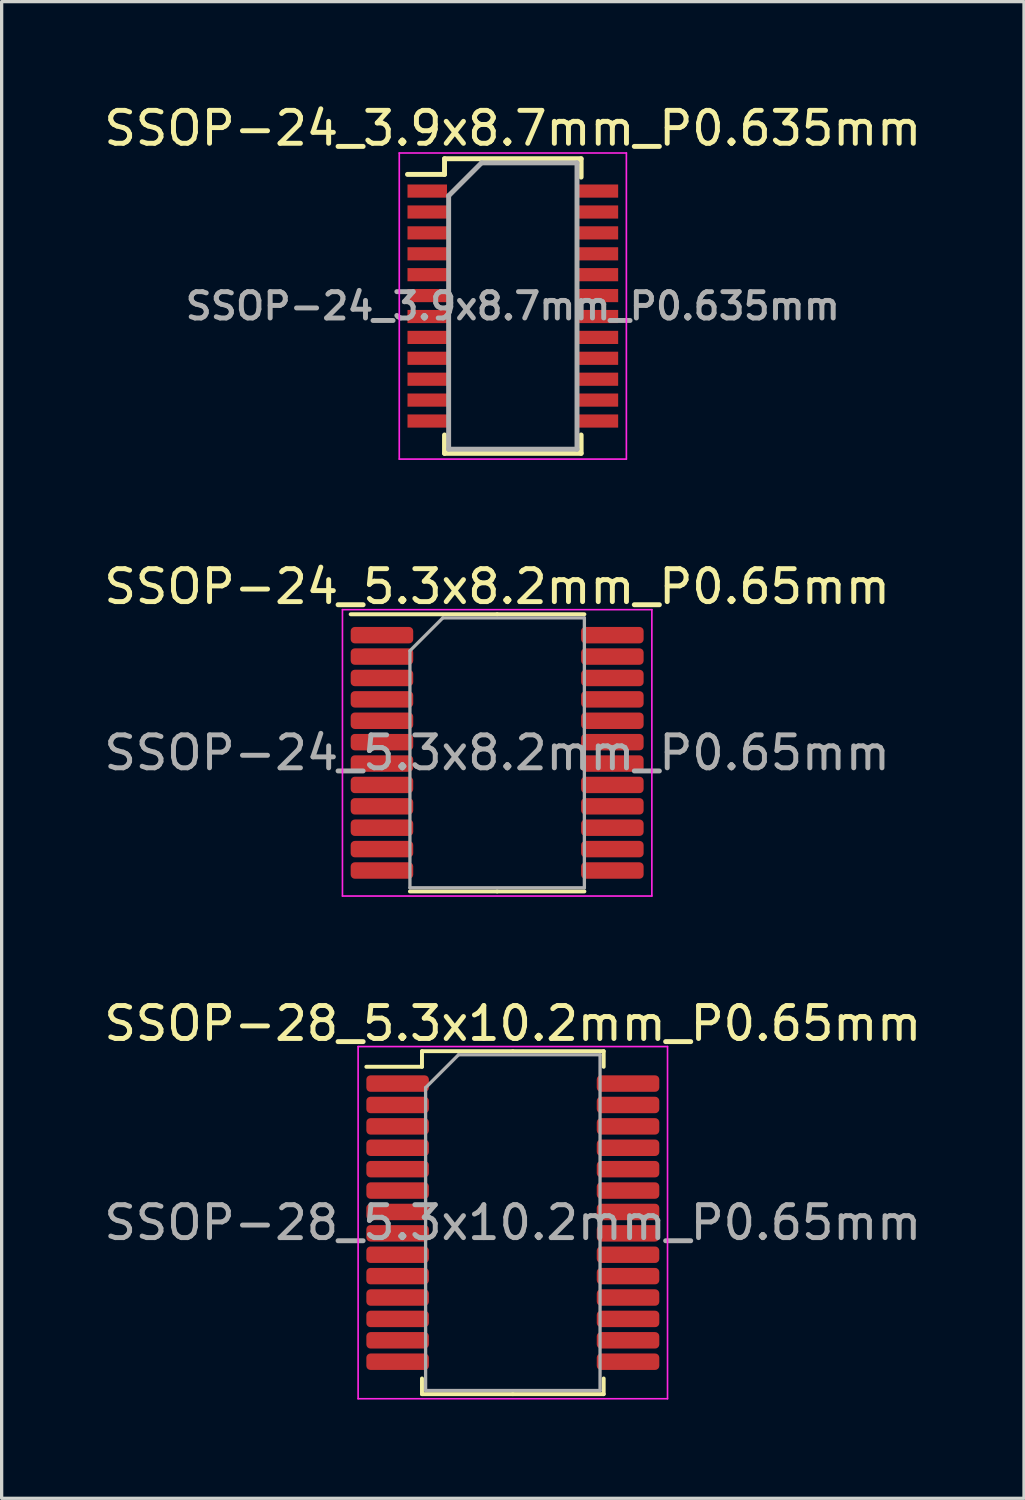
<source format=kicad_pcb>
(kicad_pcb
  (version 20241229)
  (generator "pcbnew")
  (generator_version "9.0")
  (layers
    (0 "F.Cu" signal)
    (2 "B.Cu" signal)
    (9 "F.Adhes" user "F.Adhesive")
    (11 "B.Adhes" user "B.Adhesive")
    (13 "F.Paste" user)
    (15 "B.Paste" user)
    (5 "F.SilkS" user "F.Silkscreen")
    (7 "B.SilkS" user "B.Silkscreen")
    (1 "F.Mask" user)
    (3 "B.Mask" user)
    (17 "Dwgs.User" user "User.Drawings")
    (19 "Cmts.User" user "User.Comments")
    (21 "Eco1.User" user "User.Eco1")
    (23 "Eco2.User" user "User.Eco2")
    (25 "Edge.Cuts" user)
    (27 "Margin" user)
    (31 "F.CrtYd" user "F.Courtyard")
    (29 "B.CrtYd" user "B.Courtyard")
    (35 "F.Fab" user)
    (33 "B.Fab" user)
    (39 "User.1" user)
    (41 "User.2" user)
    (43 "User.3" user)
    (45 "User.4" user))
  (footprint "SSOP-24_5.3x8.2mm_P0.65mm"
    (layer "F.Cu")
    (at 12.054 19.822)
    (property "Reference" "SSOP-24_5.3x8.2mm_P0.65mm" (at 0 -5.05 0) (layer "F.SilkS") (effects (font (size 1 1) (thickness 0.15))))
    (attr smd)
    (fp_line (start 0 -4.21) (end -4.45 -4.21) (stroke (width 0.12) (type solid)) (layer "F.SilkS"))
    (fp_line (start 0 -4.21) (end 2.65 -4.21) (stroke (width 0.12) (type solid)) (layer "F.SilkS"))
    (fp_line (start 0 4.21) (end -2.65 4.21) (stroke (width 0.12) (type solid)) (layer "F.SilkS"))
    (fp_line (start 0 4.21) (end 2.65 4.21) (stroke (width 0.12) (type solid)) (layer "F.SilkS"))
    (fp_line (start -4.7 -4.35) (end -4.7 4.35) (stroke (width 0.05) (type solid)) (layer "F.CrtYd"))
    (fp_line (start -4.7 4.35) (end 4.7 4.35) (stroke (width 0.05) (type solid)) (layer "F.CrtYd"))
    (fp_line (start 4.7 -4.35) (end -4.7 -4.35) (stroke (width 0.05) (type solid)) (layer "F.CrtYd"))
    (fp_line (start 4.7 4.35) (end 4.7 -4.35) (stroke (width 0.05) (type solid)) (layer "F.CrtYd"))
    (fp_line (start -2.65 -3.1) (end -1.65 -4.1) (stroke (width 0.1) (type solid)) (layer "F.Fab"))
    (fp_line (start -2.65 4.1) (end -2.65 -3.1) (stroke (width 0.1) (type solid)) (layer "F.Fab"))
    (fp_line (start -1.65 -4.1) (end 2.65 -4.1) (stroke (width 0.1) (type solid)) (layer "F.Fab"))
    (fp_line (start 2.65 -4.1) (end 2.65 4.1) (stroke (width 0.1) (type solid)) (layer "F.Fab"))
    (fp_line (start 2.65 4.1) (end -2.65 4.1) (stroke (width 0.1) (type solid)) (layer "F.Fab"))
    (fp_text user "${REFERENCE}" (at 0 0 0) (layer "F.Fab") (effects (font (size 1 1) (thickness 0.15))))
    (pad "1" smd roundrect (at -3.5 -3.575) (size 1.9 0.5) (layers "F.Cu" "F.Mask" "F.Paste") (roundrect_rratio 0.25))
    (pad "2" smd roundrect (at -3.5 -2.925) (size 1.9 0.5) (layers "F.Cu" "F.Mask" "F.Paste") (roundrect_rratio 0.25))
    (pad "3" smd roundrect (at -3.5 -2.275) (size 1.9 0.5) (layers "F.Cu" "F.Mask" "F.Paste") (roundrect_rratio 0.25))
    (pad "4" smd roundrect (at -3.5 -1.625) (size 1.9 0.5) (layers "F.Cu" "F.Mask" "F.Paste") (roundrect_rratio 0.25))
    (pad "5" smd roundrect (at -3.5 -0.975) (size 1.9 0.5) (layers "F.Cu" "F.Mask" "F.Paste") (roundrect_rratio 0.25))
    (pad "6" smd roundrect (at -3.5 -0.325) (size 1.9 0.5) (layers "F.Cu" "F.Mask" "F.Paste") (roundrect_rratio 0.25))
    (pad "7" smd roundrect (at -3.5 0.325) (size 1.9 0.5) (layers "F.Cu" "F.Mask" "F.Paste") (roundrect_rratio 0.25))
    (pad "8" smd roundrect (at -3.5 0.975) (size 1.9 0.5) (layers "F.Cu" "F.Mask" "F.Paste") (roundrect_rratio 0.25))
    (pad "9" smd roundrect (at -3.5 1.625) (size 1.9 0.5) (layers "F.Cu" "F.Mask" "F.Paste") (roundrect_rratio 0.25))
    (pad "10" smd roundrect (at -3.5 2.275) (size 1.9 0.5) (layers "F.Cu" "F.Mask" "F.Paste") (roundrect_rratio 0.25))
    (pad "11" smd roundrect (at -3.5 2.925) (size 1.9 0.5) (layers "F.Cu" "F.Mask" "F.Paste") (roundrect_rratio 0.25))
    (pad "12" smd roundrect (at -3.5 3.575) (size 1.9 0.5) (layers "F.Cu" "F.Mask" "F.Paste") (roundrect_rratio 0.25))
    (pad "13" smd roundrect (at 3.5 3.575) (size 1.9 0.5) (layers "F.Cu" "F.Mask" "F.Paste") (roundrect_rratio 0.25))
    (pad "14" smd roundrect (at 3.5 2.925) (size 1.9 0.5) (layers "F.Cu" "F.Mask" "F.Paste") (roundrect_rratio 0.25))
    (pad "15" smd roundrect (at 3.5 2.275) (size 1.9 0.5) (layers "F.Cu" "F.Mask" "F.Paste") (roundrect_rratio 0.25))
    (pad "16" smd roundrect (at 3.5 1.625) (size 1.9 0.5) (layers "F.Cu" "F.Mask" "F.Paste") (roundrect_rratio 0.25))
    (pad "17" smd roundrect (at 3.5 0.975) (size 1.9 0.5) (layers "F.Cu" "F.Mask" "F.Paste") (roundrect_rratio 0.25))
    (pad "18" smd roundrect (at 3.5 0.325) (size 1.9 0.5) (layers "F.Cu" "F.Mask" "F.Paste") (roundrect_rratio 0.25))
    (pad "19" smd roundrect (at 3.5 -0.325) (size 1.9 0.5) (layers "F.Cu" "F.Mask" "F.Paste") (roundrect_rratio 0.25))
    (pad "20" smd roundrect (at 3.5 -0.975) (size 1.9 0.5) (layers "F.Cu" "F.Mask" "F.Paste") (roundrect_rratio 0.25))
    (pad "21" smd roundrect (at 3.5 -1.625) (size 1.9 0.5) (layers "F.Cu" "F.Mask" "F.Paste") (roundrect_rratio 0.25))
    (pad "22" smd roundrect (at 3.5 -2.275) (size 1.9 0.5) (layers "F.Cu" "F.Mask" "F.Paste") (roundrect_rratio 0.25))
    (pad "23" smd roundrect (at 3.5 -2.925) (size 1.9 0.5) (layers "F.Cu" "F.Mask" "F.Paste") (roundrect_rratio 0.25))
    (pad "24" smd roundrect (at 3.5 -3.575) (size 1.9 0.5) (layers "F.Cu" "F.Mask" "F.Paste") (roundrect_rratio 0.25)))
  (footprint "SSOP-28_5.3x10.2mm_P0.65mm"
    (layer "F.Cu")
    (at 12.53 34.095)
    (property "Reference" "SSOP-28_5.3x10.2mm_P0.65mm" (at 0 -6.05 0) (layer "F.SilkS") (effects (font (size 1 1) (thickness 0.15))))
    (attr smd)
    (fp_line (start -2.76 -5.21) (end -2.76 -4.735) (stroke (width 0.12) (type solid)) (layer "F.SilkS"))
    (fp_line (start -2.76 -4.735) (end -4.45 -4.735) (stroke (width 0.12) (type solid)) (layer "F.SilkS"))
    (fp_line (start -2.76 5.21) (end -2.76 4.735) (stroke (width 0.12) (type solid)) (layer "F.SilkS"))
    (fp_line (start 0 -5.21) (end -2.76 -5.21) (stroke (width 0.12) (type solid)) (layer "F.SilkS"))
    (fp_line (start 0 -5.21) (end 2.76 -5.21) (stroke (width 0.12) (type solid)) (layer "F.SilkS"))
    (fp_line (start 0 5.21) (end -2.76 5.21) (stroke (width 0.12) (type solid)) (layer "F.SilkS"))
    (fp_line (start 0 5.21) (end 2.76 5.21) (stroke (width 0.12) (type solid)) (layer "F.SilkS"))
    (fp_line (start 2.76 -5.21) (end 2.76 -4.735) (stroke (width 0.12) (type solid)) (layer "F.SilkS"))
    (fp_line (start 2.76 5.21) (end 2.76 4.735) (stroke (width 0.12) (type solid)) (layer "F.SilkS"))
    (fp_line (start -4.7 -5.35) (end -4.7 5.35) (stroke (width 0.05) (type solid)) (layer "F.CrtYd"))
    (fp_line (start -4.7 5.35) (end 4.7 5.35) (stroke (width 0.05) (type solid)) (layer "F.CrtYd"))
    (fp_line (start 4.7 -5.35) (end -4.7 -5.35) (stroke (width 0.05) (type solid)) (layer "F.CrtYd"))
    (fp_line (start 4.7 5.35) (end 4.7 -5.35) (stroke (width 0.05) (type solid)) (layer "F.CrtYd"))
    (fp_line (start -2.65 -4.1) (end -1.65 -5.1) (stroke (width 0.1) (type solid)) (layer "F.Fab"))
    (fp_line (start -2.65 5.1) (end -2.65 -4.1) (stroke (width 0.1) (type solid)) (layer "F.Fab"))
    (fp_line (start -1.65 -5.1) (end 2.65 -5.1) (stroke (width 0.1) (type solid)) (layer "F.Fab"))
    (fp_line (start 2.65 -5.1) (end 2.65 5.1) (stroke (width 0.1) (type solid)) (layer "F.Fab"))
    (fp_line (start 2.65 5.1) (end -2.65 5.1) (stroke (width 0.1) (type solid)) (layer "F.Fab"))
    (fp_text user "${REFERENCE}" (at 0 0 0) (layer "F.Fab") (effects (font (size 1 1) (thickness 0.15))))
    (pad "1" smd roundrect (at -3.5 -4.225) (size 1.9 0.5) (layers "F.Cu" "F.Mask" "F.Paste") (roundrect_rratio 0.25))
    (pad "2" smd roundrect (at -3.5 -3.575) (size 1.9 0.5) (layers "F.Cu" "F.Mask" "F.Paste") (roundrect_rratio 0.25))
    (pad "3" smd roundrect (at -3.5 -2.925) (size 1.9 0.5) (layers "F.Cu" "F.Mask" "F.Paste") (roundrect_rratio 0.25))
    (pad "4" smd roundrect (at -3.5 -2.275) (size 1.9 0.5) (layers "F.Cu" "F.Mask" "F.Paste") (roundrect_rratio 0.25))
    (pad "5" smd roundrect (at -3.5 -1.625) (size 1.9 0.5) (layers "F.Cu" "F.Mask" "F.Paste") (roundrect_rratio 0.25))
    (pad "6" smd roundrect (at -3.5 -0.975) (size 1.9 0.5) (layers "F.Cu" "F.Mask" "F.Paste") (roundrect_rratio 0.25))
    (pad "7" smd roundrect (at -3.5 -0.325) (size 1.9 0.5) (layers "F.Cu" "F.Mask" "F.Paste") (roundrect_rratio 0.25))
    (pad "8" smd roundrect (at -3.5 0.325) (size 1.9 0.5) (layers "F.Cu" "F.Mask" "F.Paste") (roundrect_rratio 0.25))
    (pad "9" smd roundrect (at -3.5 0.975) (size 1.9 0.5) (layers "F.Cu" "F.Mask" "F.Paste") (roundrect_rratio 0.25))
    (pad "10" smd roundrect (at -3.5 1.625) (size 1.9 0.5) (layers "F.Cu" "F.Mask" "F.Paste") (roundrect_rratio 0.25))
    (pad "11" smd roundrect (at -3.5 2.275) (size 1.9 0.5) (layers "F.Cu" "F.Mask" "F.Paste") (roundrect_rratio 0.25))
    (pad "12" smd roundrect (at -3.5 2.925) (size 1.9 0.5) (layers "F.Cu" "F.Mask" "F.Paste") (roundrect_rratio 0.25))
    (pad "13" smd roundrect (at -3.5 3.575) (size 1.9 0.5) (layers "F.Cu" "F.Mask" "F.Paste") (roundrect_rratio 0.25))
    (pad "14" smd roundrect (at -3.5 4.225) (size 1.9 0.5) (layers "F.Cu" "F.Mask" "F.Paste") (roundrect_rratio 0.25))
    (pad "15" smd roundrect (at 3.5 4.225) (size 1.9 0.5) (layers "F.Cu" "F.Mask" "F.Paste") (roundrect_rratio 0.25))
    (pad "16" smd roundrect (at 3.5 3.575) (size 1.9 0.5) (layers "F.Cu" "F.Mask" "F.Paste") (roundrect_rratio 0.25))
    (pad "17" smd roundrect (at 3.5 2.925) (size 1.9 0.5) (layers "F.Cu" "F.Mask" "F.Paste") (roundrect_rratio 0.25))
    (pad "18" smd roundrect (at 3.5 2.275) (size 1.9 0.5) (layers "F.Cu" "F.Mask" "F.Paste") (roundrect_rratio 0.25))
    (pad "19" smd roundrect (at 3.5 1.625) (size 1.9 0.5) (layers "F.Cu" "F.Mask" "F.Paste") (roundrect_rratio 0.25))
    (pad "20" smd roundrect (at 3.5 0.975) (size 1.9 0.5) (layers "F.Cu" "F.Mask" "F.Paste") (roundrect_rratio 0.25))
    (pad "21" smd roundrect (at 3.5 0.325) (size 1.9 0.5) (layers "F.Cu" "F.Mask" "F.Paste") (roundrect_rratio 0.25))
    (pad "22" smd roundrect (at 3.5 -0.325) (size 1.9 0.5) (layers "F.Cu" "F.Mask" "F.Paste") (roundrect_rratio 0.25))
    (pad "23" smd roundrect (at 3.5 -0.975) (size 1.9 0.5) (layers "F.Cu" "F.Mask" "F.Paste") (roundrect_rratio 0.25))
    (pad "24" smd roundrect (at 3.5 -1.625) (size 1.9 0.5) (layers "F.Cu" "F.Mask" "F.Paste") (roundrect_rratio 0.25))
    (pad "25" smd roundrect (at 3.5 -2.275) (size 1.9 0.5) (layers "F.Cu" "F.Mask" "F.Paste") (roundrect_rratio 0.25))
    (pad "26" smd roundrect (at 3.5 -2.925) (size 1.9 0.5) (layers "F.Cu" "F.Mask" "F.Paste") (roundrect_rratio 0.25))
    (pad "27" smd roundrect (at 3.5 -3.575) (size 1.9 0.5) (layers "F.Cu" "F.Mask" "F.Paste") (roundrect_rratio 0.25))
    (pad "28" smd roundrect (at 3.5 -4.225) (size 1.9 0.5) (layers "F.Cu" "F.Mask" "F.Paste") (roundrect_rratio 0.25)))
  (footprint "SSOP-24_3.9x8.7mm_P0.635mm"
    (layer "F.Cu")
    (at 12.53 6.248)
    (property "Reference" "SSOP-24_3.9x8.7mm_P0.635mm" (at 0 -5.4 0) (layer "F.SilkS") (effects (font (size 1 1) (thickness 0.15))))
    (attr smd)
    (fp_line (start -2.075 -4.475) (end -2.075 -4) (stroke (width 0.15) (type solid)) (layer "F.SilkS"))
    (fp_line (start -2.075 -4.475) (end 2.075 -4.475) (stroke (width 0.15) (type solid)) (layer "F.SilkS"))
    (fp_line (start -2.075 -4) (end -3.2 -4) (stroke (width 0.15) (type solid)) (layer "F.SilkS"))
    (fp_line (start -2.075 4.475) (end -2.075 3.917) (stroke (width 0.15) (type solid)) (layer "F.SilkS"))
    (fp_line (start -2.075 4.475) (end 2.075 4.475) (stroke (width 0.15) (type solid)) (layer "F.SilkS"))
    (fp_line (start 2.075 -4.475) (end 2.075 -3.917) (stroke (width 0.15) (type solid)) (layer "F.SilkS"))
    (fp_line (start 2.075 4.475) (end 2.075 3.917) (stroke (width 0.15) (type solid)) (layer "F.SilkS"))
    (fp_line (start -3.45 -4.65) (end -3.45 4.65) (stroke (width 0.05) (type solid)) (layer "F.CrtYd"))
    (fp_line (start -3.45 -4.65) (end 3.45 -4.65) (stroke (width 0.05) (type solid)) (layer "F.CrtYd"))
    (fp_line (start -3.45 4.65) (end 3.45 4.65) (stroke (width 0.05) (type solid)) (layer "F.CrtYd"))
    (fp_line (start 3.45 -4.65) (end 3.45 4.65) (stroke (width 0.05) (type solid)) (layer "F.CrtYd"))
    (fp_line (start -1.95 -3.35) (end -0.95 -4.35) (stroke (width 0.15) (type solid)) (layer "F.Fab"))
    (fp_line (start -1.95 4.35) (end -1.95 -3.35) (stroke (width 0.15) (type solid)) (layer "F.Fab"))
    (fp_line (start -0.95 -4.35) (end 1.95 -4.35) (stroke (width 0.15) (type solid)) (layer "F.Fab"))
    (fp_line (start 1.95 -4.35) (end 1.95 4.35) (stroke (width 0.15) (type solid)) (layer "F.Fab"))
    (fp_line (start 1.95 4.35) (end -1.95 4.35) (stroke (width 0.15) (type solid)) (layer "F.Fab"))
    (fp_text user "${REFERENCE}" (at 0 0 0) (layer "F.Fab") (effects (font (size 0.8 0.8) (thickness 0.15))))
    (pad "1" smd rect (at -2.6 -3.493) (size 1.2 0.4) (layers "F.Cu" "F.Mask" "F.Paste"))
    (pad "2" smd rect (at -2.6 -2.857) (size 1.2 0.4) (layers "F.Cu" "F.Mask" "F.Paste"))
    (pad "3" smd rect (at -2.6 -2.223) (size 1.2 0.4) (layers "F.Cu" "F.Mask" "F.Paste"))
    (pad "4" smd rect (at -2.6 -1.587) (size 1.2 0.4) (layers "F.Cu" "F.Mask" "F.Paste"))
    (pad "5" smd rect (at -2.6 -0.953) (size 1.2 0.4) (layers "F.Cu" "F.Mask" "F.Paste"))
    (pad "6" smd rect (at -2.6 -0.318) (size 1.2 0.4) (layers "F.Cu" "F.Mask" "F.Paste"))
    (pad "7" smd rect (at -2.6 0.318) (size 1.2 0.4) (layers "F.Cu" "F.Mask" "F.Paste"))
    (pad "8" smd rect (at -2.6 0.953) (size 1.2 0.4) (layers "F.Cu" "F.Mask" "F.Paste"))
    (pad "9" smd rect (at -2.6 1.587) (size 1.2 0.4) (layers "F.Cu" "F.Mask" "F.Paste"))
    (pad "10" smd rect (at -2.6 2.223) (size 1.2 0.4) (layers "F.Cu" "F.Mask" "F.Paste"))
    (pad "11" smd rect (at -2.6 2.857) (size 1.2 0.4) (layers "F.Cu" "F.Mask" "F.Paste"))
    (pad "12" smd rect (at -2.6 3.493) (size 1.2 0.4) (layers "F.Cu" "F.Mask" "F.Paste"))
    (pad "13" smd rect (at 2.6 3.493) (size 1.2 0.4) (layers "F.Cu" "F.Mask" "F.Paste"))
    (pad "14" smd rect (at 2.6 2.857) (size 1.2 0.4) (layers "F.Cu" "F.Mask" "F.Paste"))
    (pad "15" smd rect (at 2.6 2.223) (size 1.2 0.4) (layers "F.Cu" "F.Mask" "F.Paste"))
    (pad "16" smd rect (at 2.6 1.587) (size 1.2 0.4) (layers "F.Cu" "F.Mask" "F.Paste"))
    (pad "17" smd rect (at 2.6 0.953) (size 1.2 0.4) (layers "F.Cu" "F.Mask" "F.Paste"))
    (pad "18" smd rect (at 2.6 0.318) (size 1.2 0.4) (layers "F.Cu" "F.Mask" "F.Paste"))
    (pad "19" smd rect (at 2.6 -0.318) (size 1.2 0.4) (layers "F.Cu" "F.Mask" "F.Paste"))
    (pad "20" smd rect (at 2.6 -0.953) (size 1.2 0.4) (layers "F.Cu" "F.Mask" "F.Paste"))
    (pad "21" smd rect (at 2.6 -1.587) (size 1.2 0.4) (layers "F.Cu" "F.Mask" "F.Paste"))
    (pad "22" smd rect (at 2.6 -2.223) (size 1.2 0.4) (layers "F.Cu" "F.Mask" "F.Paste"))
    (pad "23" smd rect (at 2.6 -2.857) (size 1.2 0.4) (layers "F.Cu" "F.Mask" "F.Paste"))
    (pad "24" smd rect (at 2.6 -3.493) (size 1.2 0.4) (layers "F.Cu" "F.Mask" "F.Paste")))
  (gr_rect
    (start -3 -3)
    (end 28.06 42.47)
    (stroke (width 0.1) (type default))
    (fill no)
    (layer "Edge.Cuts")))
</source>
